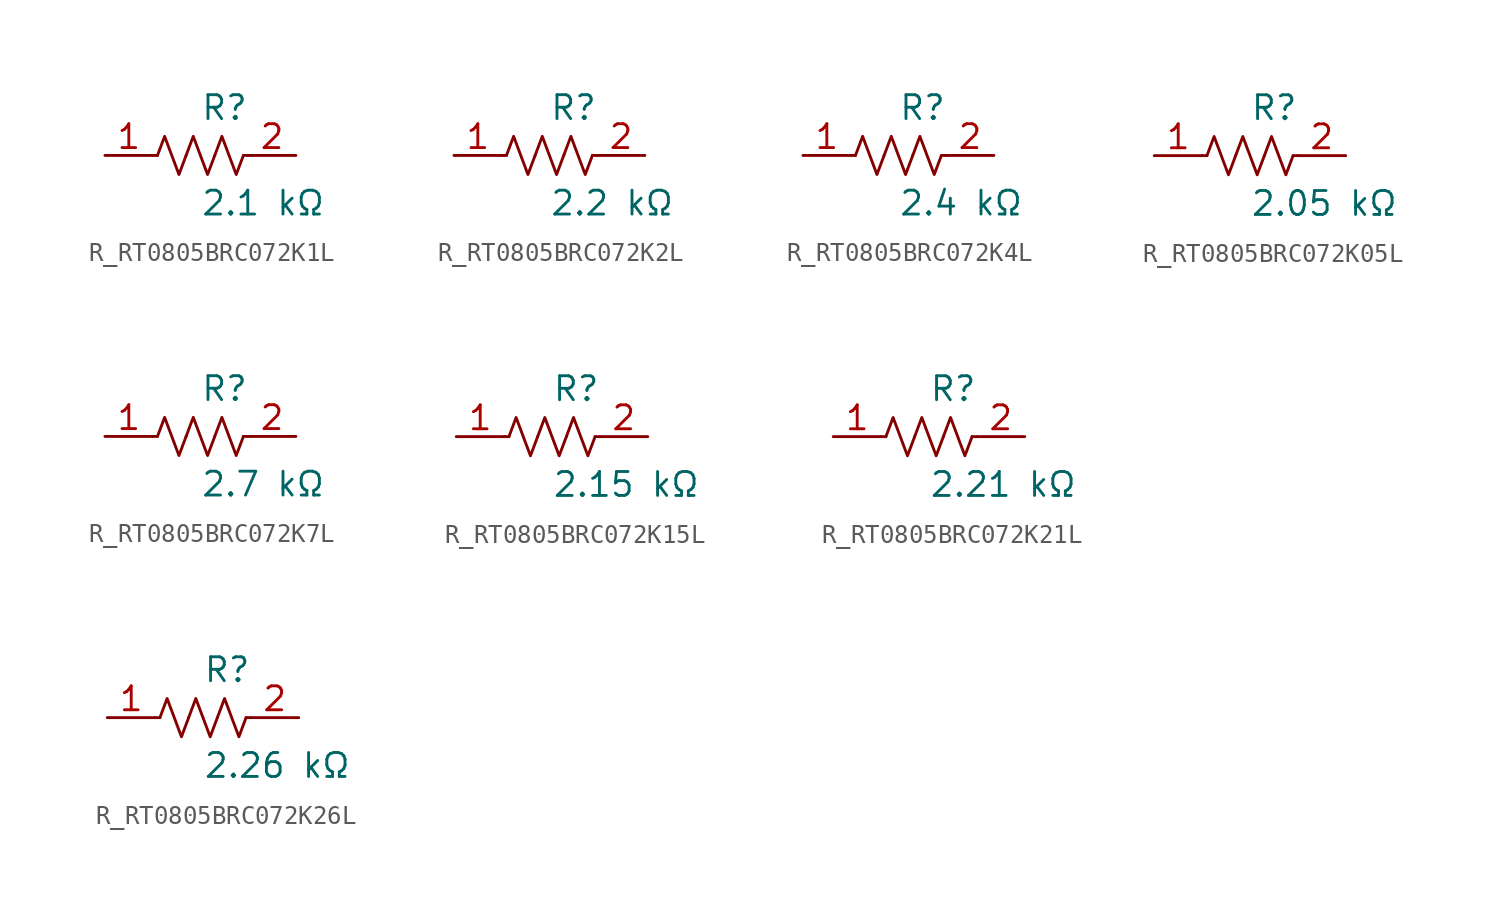
<source format=kicad_sym>
(kicad_symbol_lib
  (version 20231120)
  (generator kicad_symbol_editor)
  (generator_version 8.0)
  (symbol "R_RT0805BRC072K1L"
    (pin_names
      (offset 0.254))
    (property "Reference" "R"
      (at 0 2.54 0)
      (effects (font (size 1.27 1.27)) (justify left)))
    (property "Value" "2.1 kΩ"
      (at 0 -2.54 0)
      (effects (font (size 1.27 1.27)) (justify left)))
    (symbol "R_RT0805BRC072K1L_0_1"
      (polyline (pts (xy 2.286 0) (xy 2.54 0)) (stroke (width 0) (type default)) (fill (type none)))
      (polyline (pts (xy -2.286 0) (xy -2.54 0)) (stroke (width 0) (type default)) (fill (type none)))
      (polyline (pts (xy 0.762 0) (xy 1.143 1.016) (xy 1.524 0) (xy 1.905 -1.016) (xy 2.286 0)) (stroke (width 0) (type default)) (fill (type none)))
      (polyline (pts (xy -0.762 0) (xy -0.381 1.016) (xy 0 0) (xy 0.381 -1.016) (xy 0.762 0)) (stroke (width 0) (type default)) (fill (type none)))
      (polyline (pts (xy -2.286 0) (xy -1.905 1.016) (xy -1.524 0) (xy -1.143 -1.016) (xy -0.762 0)) (stroke (width 0) (type default)) (fill (type none))))
    (pin unspecified line
      (at -5.08 0 0)
      (length 2.54)
      (name "" (effects (font (size 1.27 1.27))))
      (number "1" (effects (font (size 1.27 1.27)))))
    (pin unspecified line
      (at 5.08 0 180)
      (length 2.54)
      (name "" (effects (font (size 1.27 1.27))))
      (number "2" (effects (font (size 1.27 1.27))))))
  (symbol "R_RT0805BRC072K2L"
    (pin_names
      (offset 0.254))
    (property "Reference" "R"
      (at 0 2.54 0)
      (effects (font (size 1.27 1.27)) (justify left)))
    (property "Value" "2.2 kΩ"
      (at 0 -2.54 0)
      (effects (font (size 1.27 1.27)) (justify left)))
    (symbol "R_RT0805BRC072K2L_0_1"
      (polyline (pts (xy 2.286 0) (xy 2.54 0)) (stroke (width 0) (type default)) (fill (type none)))
      (polyline (pts (xy -2.286 0) (xy -2.54 0)) (stroke (width 0) (type default)) (fill (type none)))
      (polyline (pts (xy 0.762 0) (xy 1.143 1.016) (xy 1.524 0) (xy 1.905 -1.016) (xy 2.286 0)) (stroke (width 0) (type default)) (fill (type none)))
      (polyline (pts (xy -0.762 0) (xy -0.381 1.016) (xy 0 0) (xy 0.381 -1.016) (xy 0.762 0)) (stroke (width 0) (type default)) (fill (type none)))
      (polyline (pts (xy -2.286 0) (xy -1.905 1.016) (xy -1.524 0) (xy -1.143 -1.016) (xy -0.762 0)) (stroke (width 0) (type default)) (fill (type none))))
    (pin unspecified line
      (at -5.08 0 0)
      (length 2.54)
      (name "" (effects (font (size 1.27 1.27))))
      (number "1" (effects (font (size 1.27 1.27)))))
    (pin unspecified line
      (at 5.08 0 180)
      (length 2.54)
      (name "" (effects (font (size 1.27 1.27))))
      (number "2" (effects (font (size 1.27 1.27))))))
  (symbol "R_RT0805BRC072K4L"
    (pin_names
      (offset 0.254))
    (property "Reference" "R"
      (at 0 2.54 0)
      (effects (font (size 1.27 1.27)) (justify left)))
    (property "Value" "2.4 kΩ"
      (at 0 -2.54 0)
      (effects (font (size 1.27 1.27)) (justify left)))
    (symbol "R_RT0805BRC072K4L_0_1"
      (polyline (pts (xy 2.286 0) (xy 2.54 0)) (stroke (width 0) (type default)) (fill (type none)))
      (polyline (pts (xy -2.286 0) (xy -2.54 0)) (stroke (width 0) (type default)) (fill (type none)))
      (polyline (pts (xy 0.762 0) (xy 1.143 1.016) (xy 1.524 0) (xy 1.905 -1.016) (xy 2.286 0)) (stroke (width 0) (type default)) (fill (type none)))
      (polyline (pts (xy -0.762 0) (xy -0.381 1.016) (xy 0 0) (xy 0.381 -1.016) (xy 0.762 0)) (stroke (width 0) (type default)) (fill (type none)))
      (polyline (pts (xy -2.286 0) (xy -1.905 1.016) (xy -1.524 0) (xy -1.143 -1.016) (xy -0.762 0)) (stroke (width 0) (type default)) (fill (type none))))
    (pin unspecified line
      (at -5.08 0 0)
      (length 2.54)
      (name "" (effects (font (size 1.27 1.27))))
      (number "1" (effects (font (size 1.27 1.27)))))
    (pin unspecified line
      (at 5.08 0 180)
      (length 2.54)
      (name "" (effects (font (size 1.27 1.27))))
      (number "2" (effects (font (size 1.27 1.27))))))
  (symbol "R_RT0805BRC072K05L"
    (pin_names
      (offset 0.254))
    (property "Reference" "R"
      (at 0 2.54 0)
      (effects (font (size 1.27 1.27)) (justify left)))
    (property "Value" "2.05 kΩ"
      (at 0 -2.54 0)
      (effects (font (size 1.27 1.27)) (justify left)))
    (symbol "R_RT0805BRC072K05L_0_1"
      (polyline (pts (xy 2.286 0) (xy 2.54 0)) (stroke (width 0) (type default)) (fill (type none)))
      (polyline (pts (xy -2.286 0) (xy -2.54 0)) (stroke (width 0) (type default)) (fill (type none)))
      (polyline (pts (xy 0.762 0) (xy 1.143 1.016) (xy 1.524 0) (xy 1.905 -1.016) (xy 2.286 0)) (stroke (width 0) (type default)) (fill (type none)))
      (polyline (pts (xy -0.762 0) (xy -0.381 1.016) (xy 0 0) (xy 0.381 -1.016) (xy 0.762 0)) (stroke (width 0) (type default)) (fill (type none)))
      (polyline (pts (xy -2.286 0) (xy -1.905 1.016) (xy -1.524 0) (xy -1.143 -1.016) (xy -0.762 0)) (stroke (width 0) (type default)) (fill (type none))))
    (pin unspecified line
      (at -5.08 0 0)
      (length 2.54)
      (name "" (effects (font (size 1.27 1.27))))
      (number "1" (effects (font (size 1.27 1.27)))))
    (pin unspecified line
      (at 5.08 0 180)
      (length 2.54)
      (name "" (effects (font (size 1.27 1.27))))
      (number "2" (effects (font (size 1.27 1.27))))))
  (symbol "R_RT0805BRC072K7L"
    (pin_names
      (offset 0.254))
    (property "Reference" "R"
      (at 0 2.54 0)
      (effects (font (size 1.27 1.27)) (justify left)))
    (property "Value" "2.7 kΩ"
      (at 0 -2.54 0)
      (effects (font (size 1.27 1.27)) (justify left)))
    (symbol "R_RT0805BRC072K7L_0_1"
      (polyline (pts (xy 2.286 0) (xy 2.54 0)) (stroke (width 0) (type default)) (fill (type none)))
      (polyline (pts (xy -2.286 0) (xy -2.54 0)) (stroke (width 0) (type default)) (fill (type none)))
      (polyline (pts (xy 0.762 0) (xy 1.143 1.016) (xy 1.524 0) (xy 1.905 -1.016) (xy 2.286 0)) (stroke (width 0) (type default)) (fill (type none)))
      (polyline (pts (xy -0.762 0) (xy -0.381 1.016) (xy 0 0) (xy 0.381 -1.016) (xy 0.762 0)) (stroke (width 0) (type default)) (fill (type none)))
      (polyline (pts (xy -2.286 0) (xy -1.905 1.016) (xy -1.524 0) (xy -1.143 -1.016) (xy -0.762 0)) (stroke (width 0) (type default)) (fill (type none))))
    (pin unspecified line
      (at -5.08 0 0)
      (length 2.54)
      (name "" (effects (font (size 1.27 1.27))))
      (number "1" (effects (font (size 1.27 1.27)))))
    (pin unspecified line
      (at 5.08 0 180)
      (length 2.54)
      (name "" (effects (font (size 1.27 1.27))))
      (number "2" (effects (font (size 1.27 1.27))))))
  (symbol "R_RT0805BRC072K15L"
    (pin_names
      (offset 0.254))
    (property "Reference" "R"
      (at 0 2.54 0)
      (effects (font (size 1.27 1.27)) (justify left)))
    (property "Value" "2.15 kΩ"
      (at 0 -2.54 0)
      (effects (font (size 1.27 1.27)) (justify left)))
    (symbol "R_RT0805BRC072K15L_0_1"
      (polyline (pts (xy 2.286 0) (xy 2.54 0)) (stroke (width 0) (type default)) (fill (type none)))
      (polyline (pts (xy -2.286 0) (xy -2.54 0)) (stroke (width 0) (type default)) (fill (type none)))
      (polyline (pts (xy 0.762 0) (xy 1.143 1.016) (xy 1.524 0) (xy 1.905 -1.016) (xy 2.286 0)) (stroke (width 0) (type default)) (fill (type none)))
      (polyline (pts (xy -0.762 0) (xy -0.381 1.016) (xy 0 0) (xy 0.381 -1.016) (xy 0.762 0)) (stroke (width 0) (type default)) (fill (type none)))
      (polyline (pts (xy -2.286 0) (xy -1.905 1.016) (xy -1.524 0) (xy -1.143 -1.016) (xy -0.762 0)) (stroke (width 0) (type default)) (fill (type none))))
    (pin unspecified line
      (at -5.08 0 0)
      (length 2.54)
      (name "" (effects (font (size 1.27 1.27))))
      (number "1" (effects (font (size 1.27 1.27)))))
    (pin unspecified line
      (at 5.08 0 180)
      (length 2.54)
      (name "" (effects (font (size 1.27 1.27))))
      (number "2" (effects (font (size 1.27 1.27))))))
  (symbol "R_RT0805BRC072K21L"
    (pin_names
      (offset 0.254))
    (property "Reference" "R"
      (at 0 2.54 0)
      (effects (font (size 1.27 1.27)) (justify left)))
    (property "Value" "2.21 kΩ"
      (at 0 -2.54 0)
      (effects (font (size 1.27 1.27)) (justify left)))
    (symbol "R_RT0805BRC072K21L_0_1"
      (polyline (pts (xy 2.286 0) (xy 2.54 0)) (stroke (width 0) (type default)) (fill (type none)))
      (polyline (pts (xy -2.286 0) (xy -2.54 0)) (stroke (width 0) (type default)) (fill (type none)))
      (polyline (pts (xy 0.762 0) (xy 1.143 1.016) (xy 1.524 0) (xy 1.905 -1.016) (xy 2.286 0)) (stroke (width 0) (type default)) (fill (type none)))
      (polyline (pts (xy -0.762 0) (xy -0.381 1.016) (xy 0 0) (xy 0.381 -1.016) (xy 0.762 0)) (stroke (width 0) (type default)) (fill (type none)))
      (polyline (pts (xy -2.286 0) (xy -1.905 1.016) (xy -1.524 0) (xy -1.143 -1.016) (xy -0.762 0)) (stroke (width 0) (type default)) (fill (type none))))
    (pin unspecified line
      (at -5.08 0 0)
      (length 2.54)
      (name "" (effects (font (size 1.27 1.27))))
      (number "1" (effects (font (size 1.27 1.27)))))
    (pin unspecified line
      (at 5.08 0 180)
      (length 2.54)
      (name "" (effects (font (size 1.27 1.27))))
      (number "2" (effects (font (size 1.27 1.27))))))
  (symbol "R_RT0805BRC072K26L"
    (pin_names
      (offset 0.254))
    (property "Reference" "R"
      (at 0 2.54 0)
      (effects (font (size 1.27 1.27)) (justify left)))
    (property "Value" "2.26 kΩ"
      (at 0 -2.54 0)
      (effects (font (size 1.27 1.27)) (justify left)))
    (symbol "R_RT0805BRC072K26L_0_1"
      (polyline (pts (xy 2.286 0) (xy 2.54 0)) (stroke (width 0) (type default)) (fill (type none)))
      (polyline (pts (xy -2.286 0) (xy -2.54 0)) (stroke (width 0) (type default)) (fill (type none)))
      (polyline (pts (xy 0.762 0) (xy 1.143 1.016) (xy 1.524 0) (xy 1.905 -1.016) (xy 2.286 0)) (stroke (width 0) (type default)) (fill (type none)))
      (polyline (pts (xy -0.762 0) (xy -0.381 1.016) (xy 0 0) (xy 0.381 -1.016) (xy 0.762 0)) (stroke (width 0) (type default)) (fill (type none)))
      (polyline (pts (xy -2.286 0) (xy -1.905 1.016) (xy -1.524 0) (xy -1.143 -1.016) (xy -0.762 0)) (stroke (width 0) (type default)) (fill (type none))))
    (pin unspecified line
      (at -5.08 0 0)
      (length 2.54)
      (name "" (effects (font (size 1.27 1.27))))
      (number "1" (effects (font (size 1.27 1.27)))))
    (pin unspecified line
      (at 5.08 0 180)
      (length 2.54)
      (name "" (effects (font (size 1.27 1.27))))
      (number "2" (effects (font (size 1.27 1.27)))))))
</source>
